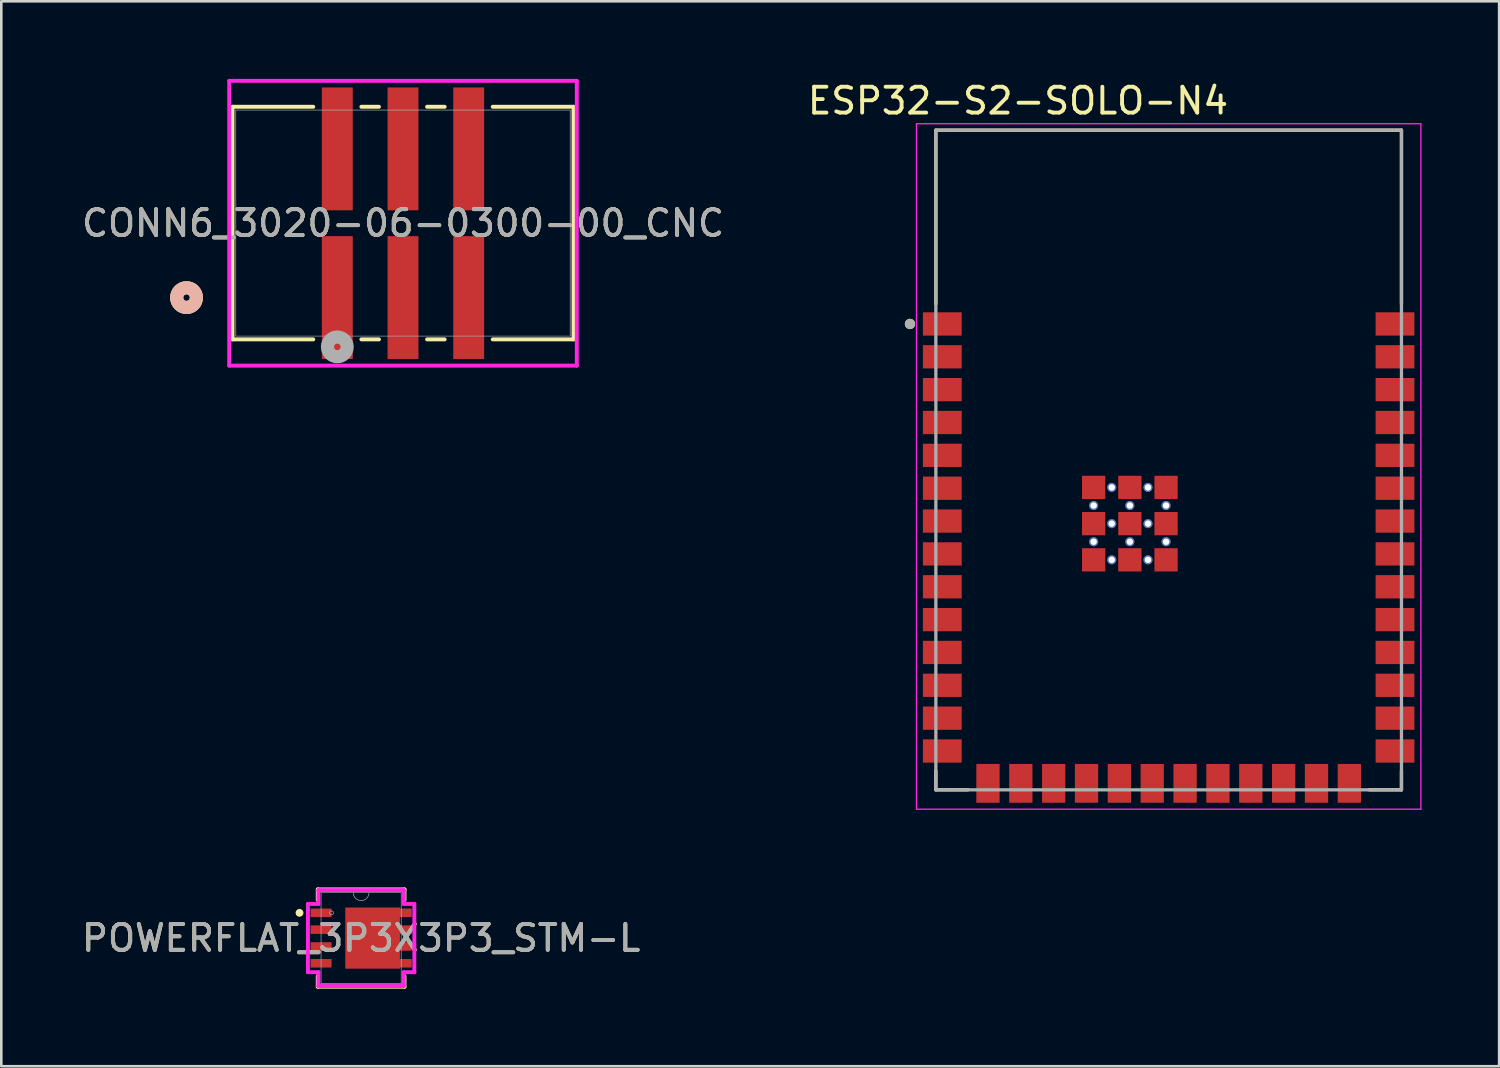
<source format=kicad_pcb>
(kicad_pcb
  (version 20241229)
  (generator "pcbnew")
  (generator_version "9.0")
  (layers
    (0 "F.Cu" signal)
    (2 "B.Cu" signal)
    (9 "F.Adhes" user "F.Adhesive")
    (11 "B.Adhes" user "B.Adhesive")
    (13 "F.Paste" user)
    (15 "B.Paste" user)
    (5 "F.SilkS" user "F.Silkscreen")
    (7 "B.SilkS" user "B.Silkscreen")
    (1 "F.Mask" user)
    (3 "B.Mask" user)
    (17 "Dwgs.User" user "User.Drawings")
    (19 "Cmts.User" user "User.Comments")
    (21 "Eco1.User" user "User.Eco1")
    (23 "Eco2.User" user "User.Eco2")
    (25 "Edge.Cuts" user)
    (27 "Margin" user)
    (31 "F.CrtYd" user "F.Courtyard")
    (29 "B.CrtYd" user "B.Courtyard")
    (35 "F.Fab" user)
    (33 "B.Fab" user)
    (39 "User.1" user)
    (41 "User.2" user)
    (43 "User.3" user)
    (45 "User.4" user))
  (footprint "CONN6_3020-06-0300-00_CNC"
    (layer "F.Cu")
    (at 12.53 5.574)
    (property "Reference" "CONN6_3020-06-0300-00_CNC" (at 0 0.006 0) (unlocked yes) (layer "F.SilkS") (effects (font (size 1 1) (thickness 0.15))))
    (attr smd)
    (fp_line (start -6.591 -4.496) (end -6.591 4.496) (stroke (width 0.152) (type solid)) (layer "F.SilkS"))
    (fp_line (start -6.591 4.496) (end -3.47 4.496) (stroke (width 0.152) (type solid)) (layer "F.SilkS"))
    (fp_line (start -3.47 -4.496) (end -6.591 -4.496) (stroke (width 0.152) (type solid)) (layer "F.SilkS"))
    (fp_line (start -1.61 4.496) (end -0.93 4.496) (stroke (width 0.152) (type solid)) (layer "F.SilkS"))
    (fp_line (start -0.93 -4.496) (end -1.61 -4.496) (stroke (width 0.152) (type solid)) (layer "F.SilkS"))
    (fp_line (start 0.93 4.496) (end 1.61 4.496) (stroke (width 0.152) (type solid)) (layer "F.SilkS"))
    (fp_line (start 1.61 -4.496) (end 0.93 -4.496) (stroke (width 0.152) (type solid)) (layer "F.SilkS"))
    (fp_line (start 3.47 4.496) (end 6.591 4.496) (stroke (width 0.152) (type solid)) (layer "F.SilkS"))
    (fp_line (start 6.591 -4.496) (end 3.47 -4.496) (stroke (width 0.152) (type solid)) (layer "F.SilkS"))
    (fp_line (start 6.591 4.496) (end 6.591 -4.496) (stroke (width 0.152) (type solid)) (layer "F.SilkS"))
    (fp_circle (center -8.369 2.881) (end -7.988 2.881) (stroke (width 0.508) (type solid)) (fill no) (layer "F.SilkS"))
    (fp_circle (center -8.369 2.881) (end -7.988 2.881) (stroke (width 0.508) (type solid)) (fill no) (layer "B.SilkS"))
    (fp_line (start -6.718 -5.498) (end -6.718 5.51) (stroke (width 0.152) (type solid)) (layer "F.CrtYd"))
    (fp_line (start -6.718 5.51) (end 6.718 5.51) (stroke (width 0.152) (type solid)) (layer "F.CrtYd"))
    (fp_line (start 6.718 -5.498) (end -6.718 -5.498) (stroke (width 0.152) (type solid)) (layer "F.CrtYd"))
    (fp_line (start 6.718 5.51) (end 6.718 -5.498) (stroke (width 0.152) (type solid)) (layer "F.CrtYd"))
    (fp_line (start -6.464 -4.369) (end -6.464 4.369) (stroke (width 0.025) (type solid)) (layer "F.Fab"))
    (fp_line (start -6.464 4.369) (end 6.464 4.369) (stroke (width 0.025) (type solid)) (layer "F.Fab"))
    (fp_line (start 6.464 -4.369) (end -6.464 -4.369) (stroke (width 0.025) (type solid)) (layer "F.Fab"))
    (fp_line (start 6.464 4.369) (end 6.464 -4.369) (stroke (width 0.025) (type solid)) (layer "F.Fab"))
    (fp_circle (center -2.54 4.786) (end -2.159 4.786) (stroke (width 0.508) (type solid)) (fill no) (layer "F.Fab"))
    (fp_text user "${REFERENCE}" (at 0 0.006 0) (unlocked yes) (layer "F.Fab") (effects (font (size 1 1) (thickness 0.15))))
    (pad "1" smd rect (at -2.54 2.881) (size 1.194 4.75) (layers "F.Cu" "F.Mask" "F.Paste"))
    (pad "2" smd rect (at -2.54 -2.869) (size 1.194 4.75) (layers "F.Cu" "F.Mask" "F.Paste"))
    (pad "3" smd rect (at 0 2.881) (size 1.194 4.75) (layers "F.Cu" "F.Mask" "F.Paste"))
    (pad "4" smd rect (at 0 -2.869) (size 1.194 4.75) (layers "F.Cu" "F.Mask" "F.Paste"))
    (pad "5" smd rect (at 2.54 2.881) (size 1.194 4.75) (layers "F.Cu" "F.Mask" "F.Paste"))
    (pad "6" smd rect (at 2.54 -2.869) (size 1.194 4.75) (layers "F.Cu" "F.Mask" "F.Paste")))
  (footprint "ESP32-S2-SOLO-N4"
    (layer "F.Cu")
    (at 42.129 14.733)
    (property "Reference" "ESP32-S2-SOLO-N4" (at -5.825 -13.885 0) (layer "F.SilkS") (effects (font (size 1 1) (thickness 0.15))))
    (attr smd)
    (fp_line (start -9 -12.75) (end 9 -12.75) (stroke (width 0.127) (type solid)) (layer "F.SilkS"))
    (fp_line (start -9 -6.03) (end -9 -12.75) (stroke (width 0.127) (type solid)) (layer "F.SilkS"))
    (fp_line (start -9 12.75) (end -9 12.02) (stroke (width 0.127) (type solid)) (layer "F.SilkS"))
    (fp_line (start -7.755 12.75) (end -9 12.75) (stroke (width 0.127) (type solid)) (layer "F.SilkS"))
    (fp_line (start 9 -12.75) (end 9 -6.03) (stroke (width 0.127) (type solid)) (layer "F.SilkS"))
    (fp_line (start 9 12.75) (end 7.755 12.75) (stroke (width 0.127) (type solid)) (layer "F.SilkS"))
    (fp_line (start 9 12.75) (end 9 12.02) (stroke (width 0.127) (type solid)) (layer "F.SilkS"))
    (fp_circle (center -10 -5.26) (end -9.9 -5.26) (stroke (width 0.2) (type solid)) (fill no) (layer "F.SilkS"))
    (fp_line (start -9.75 -13) (end -9.75 13.5) (stroke (width 0.05) (type solid)) (layer "F.CrtYd"))
    (fp_line (start -9.75 13.5) (end 9.75 13.5) (stroke (width 0.05) (type solid)) (layer "F.CrtYd"))
    (fp_line (start 9.75 -13) (end -9.75 -13) (stroke (width 0.05) (type solid)) (layer "F.CrtYd"))
    (fp_line (start 9.75 13.5) (end 9.75 -13) (stroke (width 0.05) (type solid)) (layer "F.CrtYd"))
    (fp_line (start -9 -12.75) (end 9 -12.75) (stroke (width 0.127) (type solid)) (layer "F.Fab"))
    (fp_line (start -9 12.75) (end -9 -12.75) (stroke (width 0.127) (type solid)) (layer "F.Fab"))
    (fp_line (start 9 -12.75) (end 9 12.75) (stroke (width 0.127) (type solid)) (layer "F.Fab"))
    (fp_line (start 9 12.75) (end -9 12.75) (stroke (width 0.127) (type solid)) (layer "F.Fab"))
    (fp_circle (center -10 -5.26) (end -9.9 -5.26) (stroke (width 0.2) (type solid)) (fill no) (layer "F.Fab"))
    (pad "1" smd rect (at -8.75 -5.26) (size 1.5 0.9) (layers "F.Cu" "F.Mask" "F.Paste"))
    (pad "2" smd rect (at -8.75 -3.99) (size 1.5 0.9) (layers "F.Cu" "F.Mask" "F.Paste"))
    (pad "3" smd rect (at -8.75 -2.72) (size 1.5 0.9) (layers "F.Cu" "F.Mask" "F.Paste"))
    (pad "4" smd rect (at -8.75 -1.45) (size 1.5 0.9) (layers "F.Cu" "F.Mask" "F.Paste"))
    (pad "5" smd rect (at -8.75 -0.18) (size 1.5 0.9) (layers "F.Cu" "F.Mask" "F.Paste"))
    (pad "6" smd rect (at -8.75 1.09) (size 1.5 0.9) (layers "F.Cu" "F.Mask" "F.Paste"))
    (pad "7" smd rect (at -8.75 2.36) (size 1.5 0.9) (layers "F.Cu" "F.Mask" "F.Paste"))
    (pad "8" smd rect (at -8.75 3.63) (size 1.5 0.9) (layers "F.Cu" "F.Mask" "F.Paste"))
    (pad "9" smd rect (at -8.75 4.9) (size 1.5 0.9) (layers "F.Cu" "F.Mask" "F.Paste"))
    (pad "10" smd rect (at -8.75 6.17) (size 1.5 0.9) (layers "F.Cu" "F.Mask" "F.Paste"))
    (pad "11" smd rect (at -8.75 7.44) (size 1.5 0.9) (layers "F.Cu" "F.Mask" "F.Paste"))
    (pad "12" smd rect (at -8.75 8.71) (size 1.5 0.9) (layers "F.Cu" "F.Mask" "F.Paste"))
    (pad "13" smd rect (at -8.75 9.98) (size 1.5 0.9) (layers "F.Cu" "F.Mask" "F.Paste"))
    (pad "14" smd rect (at -8.75 11.25) (size 1.5 0.9) (layers "F.Cu" "F.Mask" "F.Paste"))
    (pad "15" smd rect (at -6.985 12.5) (size 0.9 1.5) (layers "F.Cu" "F.Mask" "F.Paste"))
    (pad "16" smd rect (at -5.715 12.5) (size 0.9 1.5) (layers "F.Cu" "F.Mask" "F.Paste"))
    (pad "17" smd rect (at -4.445 12.5) (size 0.9 1.5) (layers "F.Cu" "F.Mask" "F.Paste"))
    (pad "18" smd rect (at -3.175 12.5) (size 0.9 1.5) (layers "F.Cu" "F.Mask" "F.Paste"))
    (pad "19" smd rect (at -1.905 12.5) (size 0.9 1.5) (layers "F.Cu" "F.Mask" "F.Paste"))
    (pad "20" smd rect (at -0.635 12.5) (size 0.9 1.5) (layers "F.Cu" "F.Mask" "F.Paste"))
    (pad "21" smd rect (at 0.635 12.5) (size 0.9 1.5) (layers "F.Cu" "F.Mask" "F.Paste"))
    (pad "22" smd rect (at 1.905 12.5) (size 0.9 1.5) (layers "F.Cu" "F.Mask" "F.Paste"))
    (pad "23" smd rect (at 3.175 12.5) (size 0.9 1.5) (layers "F.Cu" "F.Mask" "F.Paste"))
    (pad "24" smd rect (at 4.445 12.5) (size 0.9 1.5) (layers "F.Cu" "F.Mask" "F.Paste"))
    (pad "25" smd rect (at 5.715 12.5) (size 0.9 1.5) (layers "F.Cu" "F.Mask" "F.Paste"))
    (pad "26" smd rect (at 6.985 12.5) (size 0.9 1.5) (layers "F.Cu" "F.Mask" "F.Paste"))
    (pad "27" smd rect (at 8.75 11.25) (size 1.5 0.9) (layers "F.Cu" "F.Mask" "F.Paste"))
    (pad "28" smd rect (at 8.75 9.98) (size 1.5 0.9) (layers "F.Cu" "F.Mask" "F.Paste"))
    (pad "29" smd rect (at 8.75 8.71) (size 1.5 0.9) (layers "F.Cu" "F.Mask" "F.Paste"))
    (pad "30" smd rect (at 8.75 7.44) (size 1.5 0.9) (layers "F.Cu" "F.Mask" "F.Paste"))
    (pad "31" smd rect (at 8.75 6.17) (size 1.5 0.9) (layers "F.Cu" "F.Mask" "F.Paste"))
    (pad "32" smd rect (at 8.75 4.9) (size 1.5 0.9) (layers "F.Cu" "F.Mask" "F.Paste"))
    (pad "33" smd rect (at 8.75 3.63) (size 1.5 0.9) (layers "F.Cu" "F.Mask" "F.Paste"))
    (pad "34" smd rect (at 8.75 2.36) (size 1.5 0.9) (layers "F.Cu" "F.Mask" "F.Paste"))
    (pad "35" smd rect (at 8.75 1.09) (size 1.5 0.9) (layers "F.Cu" "F.Mask" "F.Paste"))
    (pad "36" smd rect (at 8.75 -0.18) (size 1.5 0.9) (layers "F.Cu" "F.Mask" "F.Paste"))
    (pad "37" smd rect (at 8.75 -1.45) (size 1.5 0.9) (layers "F.Cu" "F.Mask" "F.Paste"))
    (pad "38" smd rect (at 8.75 -2.72) (size 1.5 0.9) (layers "F.Cu" "F.Mask" "F.Paste"))
    (pad "39" smd rect (at 8.75 -3.99) (size 1.5 0.9) (layers "F.Cu" "F.Mask" "F.Paste"))
    (pad "40" smd rect (at 8.75 -5.26) (size 1.5 0.9) (layers "F.Cu" "F.Mask" "F.Paste"))
    (pad "41_1" smd rect (at -2.9 1.06) (size 0.9 0.9) (layers "F.Cu" "F.Mask" "F.Paste"))
    (pad "41_2" smd rect (at -1.5 1.06) (size 0.9 0.9) (layers "F.Cu" "F.Mask" "F.Paste"))
    (pad "41_3" smd rect (at -0.1 1.06) (size 0.9 0.9) (layers "F.Cu" "F.Mask" "F.Paste"))
    (pad "41_4" smd rect (at -2.9 2.46) (size 0.9 0.9) (layers "F.Cu" "F.Mask" "F.Paste"))
    (pad "41_5" smd rect (at -1.5 2.46) (size 0.9 0.9) (layers "F.Cu" "F.Mask" "F.Paste"))
    (pad "41_6" smd rect (at -0.1 2.46) (size 0.9 0.9) (layers "F.Cu" "F.Mask" "F.Paste"))
    (pad "41_7" smd rect (at -2.9 3.86) (size 0.9 0.9) (layers "F.Cu" "F.Mask" "F.Paste"))
    (pad "41_8" smd rect (at -1.5 3.86) (size 0.9 0.9) (layers "F.Cu" "F.Mask" "F.Paste"))
    (pad "41_9" smd rect (at -0.1 3.86) (size 0.9 0.9) (layers "F.Cu" "F.Mask" "F.Paste"))
    (pad "42_1" thru_hole circle (at -2.2 1.06) (size 0.35 0.35) (drill 0.25) (layers "*.Cu"))
    (pad "42_2" thru_hole circle (at -0.8 1.06) (size 0.35 0.35) (drill 0.25) (layers "*.Cu"))
    (pad "42_3" thru_hole circle (at -2.9 1.76) (size 0.35 0.35) (drill 0.25) (layers "*.Cu"))
    (pad "42_4" thru_hole circle (at -1.5 1.76) (size 0.35 0.35) (drill 0.25) (layers "*.Cu"))
    (pad "42_5" thru_hole circle (at -0.1 1.76) (size 0.35 0.35) (drill 0.25) (layers "*.Cu"))
    (pad "42_6" thru_hole circle (at -2.2 2.46) (size 0.35 0.35) (drill 0.25) (layers "*.Cu"))
    (pad "42_7" thru_hole circle (at -0.8 2.46) (size 0.35 0.35) (drill 0.25) (layers "*.Cu"))
    (pad "42_8" thru_hole circle (at -2.9 3.16) (size 0.35 0.35) (drill 0.25) (layers "*.Cu"))
    (pad "42_9" thru_hole circle (at -1.5 3.16) (size 0.35 0.35) (drill 0.25) (layers "*.Cu"))
    (pad "42_10" thru_hole circle (at -0.1 3.16) (size 0.35 0.35) (drill 0.25) (layers "*.Cu"))
    (pad "42_11" thru_hole circle (at -2.2 3.86) (size 0.35 0.35) (drill 0.25) (layers "*.Cu"))
    (pad "42_12" thru_hole circle (at -0.8 3.86) (size 0.35 0.35) (drill 0.25) (layers "*.Cu"))
    (zone (net_name "") (layer "F.Cu") (hatch full 0.508) (connect_pads) (min_thickness 0.01) (filled_areas_thickness no) (keepout (tracks not_allowed) (vias not_allowed) (pads not_allowed) (copperpour not_allowed) (footprints allowed)) (placement (enabled no)) (fill) (polygon (pts (xy 33.129 1.983) (xy 51.129 1.983) (xy 51.129 7.983) (xy 33.129 7.983))))
    (zone (net_name "") (layers "F.Cu" "B.Cu") (hatch full 0.508) (connect_pads) (min_thickness 0.01) (filled_areas_thickness no) (keepout (tracks allowed) (vias not_allowed) (pads allowed) (copperpour allowed) (footprints allowed)) (placement (enabled no)) (fill) (polygon (pts (xy 33.129 1.983) (xy 51.129 1.983) (xy 51.129 7.983) (xy 33.129 7.983)))))
  (footprint "POWERFLAT_3P3X3P3_STM-L"
    (layer "F.Cu")
    (at 10.911 33.214)
    (property "Reference" "POWERFLAT_3P3X3P3_STM-L" (at 0 0 0) (unlocked yes) (layer "F.SilkS") (effects (font (size 1 1) (thickness 0.15))))
    (attr smd)
    (fp_line (start -1.676 -1.88) (end -1.676 -1.473) (stroke (width 0.152) (type solid)) (layer "F.SilkS"))
    (fp_line (start -1.676 1.473) (end -1.676 1.88) (stroke (width 0.152) (type solid)) (layer "F.SilkS"))
    (fp_line (start -1.676 1.88) (end 1.676 1.88) (stroke (width 0.152) (type solid)) (layer "F.SilkS"))
    (fp_line (start 1.676 -1.88) (end -1.676 -1.88) (stroke (width 0.152) (type solid)) (layer "F.SilkS"))
    (fp_line (start 1.676 -1.473) (end 1.676 -1.88) (stroke (width 0.152) (type solid)) (layer "F.SilkS"))
    (fp_line (start 1.676 1.88) (end 1.676 1.473) (stroke (width 0.152) (type solid)) (layer "F.SilkS"))
    (fp_circle (center -2.382 -0.975) (end -2.306 -0.975) (stroke (width 0.152) (type solid)) (fill no) (layer "F.SilkS"))
    (fp_line (start -2.057 -1.32) (end -1.651 -1.32) (stroke (width 0.152) (type solid)) (layer "F.CrtYd"))
    (fp_line (start -2.057 1.32) (end -2.057 -1.32) (stroke (width 0.152) (type solid)) (layer "F.CrtYd"))
    (fp_line (start -2.057 1.32) (end -1.651 1.32) (stroke (width 0.152) (type solid)) (layer "F.CrtYd"))
    (fp_line (start -1.651 -1.854) (end 1.651 -1.854) (stroke (width 0.152) (type solid)) (layer "F.CrtYd"))
    (fp_line (start -1.651 -1.32) (end -1.651 -1.854) (stroke (width 0.152) (type solid)) (layer "F.CrtYd"))
    (fp_line (start -1.651 1.854) (end -1.651 1.32) (stroke (width 0.152) (type solid)) (layer "F.CrtYd"))
    (fp_line (start 1.651 -1.854) (end 1.651 -1.32) (stroke (width 0.152) (type solid)) (layer "F.CrtYd"))
    (fp_line (start 1.651 1.32) (end 1.651 1.854) (stroke (width 0.152) (type solid)) (layer "F.CrtYd"))
    (fp_line (start 1.651 1.854) (end -1.651 1.854) (stroke (width 0.152) (type solid)) (layer "F.CrtYd"))
    (fp_line (start 2.057 -1.32) (end 1.651 -1.32) (stroke (width 0.152) (type solid)) (layer "F.CrtYd"))
    (fp_line (start 2.057 -1.32) (end 2.057 1.32) (stroke (width 0.152) (type solid)) (layer "F.CrtYd"))
    (fp_line (start 2.057 1.32) (end 1.651 1.32) (stroke (width 0.152) (type solid)) (layer "F.CrtYd"))
    (fp_line (start -1.549 -1.753) (end -1.549 1.753) (stroke (width 0.025) (type solid)) (layer "F.Fab"))
    (fp_line (start -1.549 1.753) (end 1.549 1.753) (stroke (width 0.025) (type solid)) (layer "F.Fab"))
    (fp_line (start 1.549 -1.753) (end -1.549 -1.753) (stroke (width 0.025) (type solid)) (layer "F.Fab"))
    (fp_line (start 1.549 1.753) (end 1.549 -1.753) (stroke (width 0.025) (type solid)) (layer "F.Fab"))
    (fp_arc (start 0.3048 -1.7526) (mid 0 -1.4478) (end -0.3048 -1.7526) (stroke (width 0.0254) (type solid)) (layer "F.Fab"))
    (fp_circle (center -1.143 -0.975) (end -1.067 -0.975) (stroke (width 0.025) (type solid)) (fill no) (layer "F.Fab"))
    (fp_text user "${REFERENCE}" (at 0 0 0) (unlocked yes) (layer "F.Fab") (effects (font (size 1 1) (thickness 0.15))))
    (pad "1" smd rect (at -1.549 -0.975) (size 0.813 0.33) (layers "F.Cu" "F.Mask" "F.Paste"))
    (pad "2" smd rect (at -1.549 -0.325) (size 0.813 0.33) (layers "F.Cu" "F.Mask" "F.Paste"))
    (pad "3" smd rect (at -1.549 0.325) (size 0.813 0.33) (layers "F.Cu" "F.Mask" "F.Paste"))
    (pad "4" smd rect (at -1.549 0.975) (size 0.813 0.33) (layers "F.Cu" "F.Mask" "F.Paste"))
    (pad "5" smd rect (at 0.443 0.001 90) (size 2.364 2.111) (layers "F.Cu" "F.Mask" "F.Paste"))
    (pad "5" smd rect (at 1.549 -0.975) (size 0.813 0.33) (layers "F.Cu" "F.Mask" "F.Paste"))
    (pad "5" smd rect (at 1.549 -0.325) (size 0.813 0.33) (layers "F.Cu" "F.Mask" "F.Paste"))
    (pad "5" smd rect (at 1.549 0.325) (size 0.813 0.33) (layers "F.Cu" "F.Mask" "F.Paste"))
    (pad "5" smd rect (at 1.549 0.975) (size 0.813 0.33) (layers "F.Cu" "F.Mask" "F.Paste")))
  (gr_rect
    (start -3 -3)
    (end 54.904 38.17)
    (stroke (width 0.1) (type default))
    (fill no)
    (layer "Edge.Cuts")))
</source>
